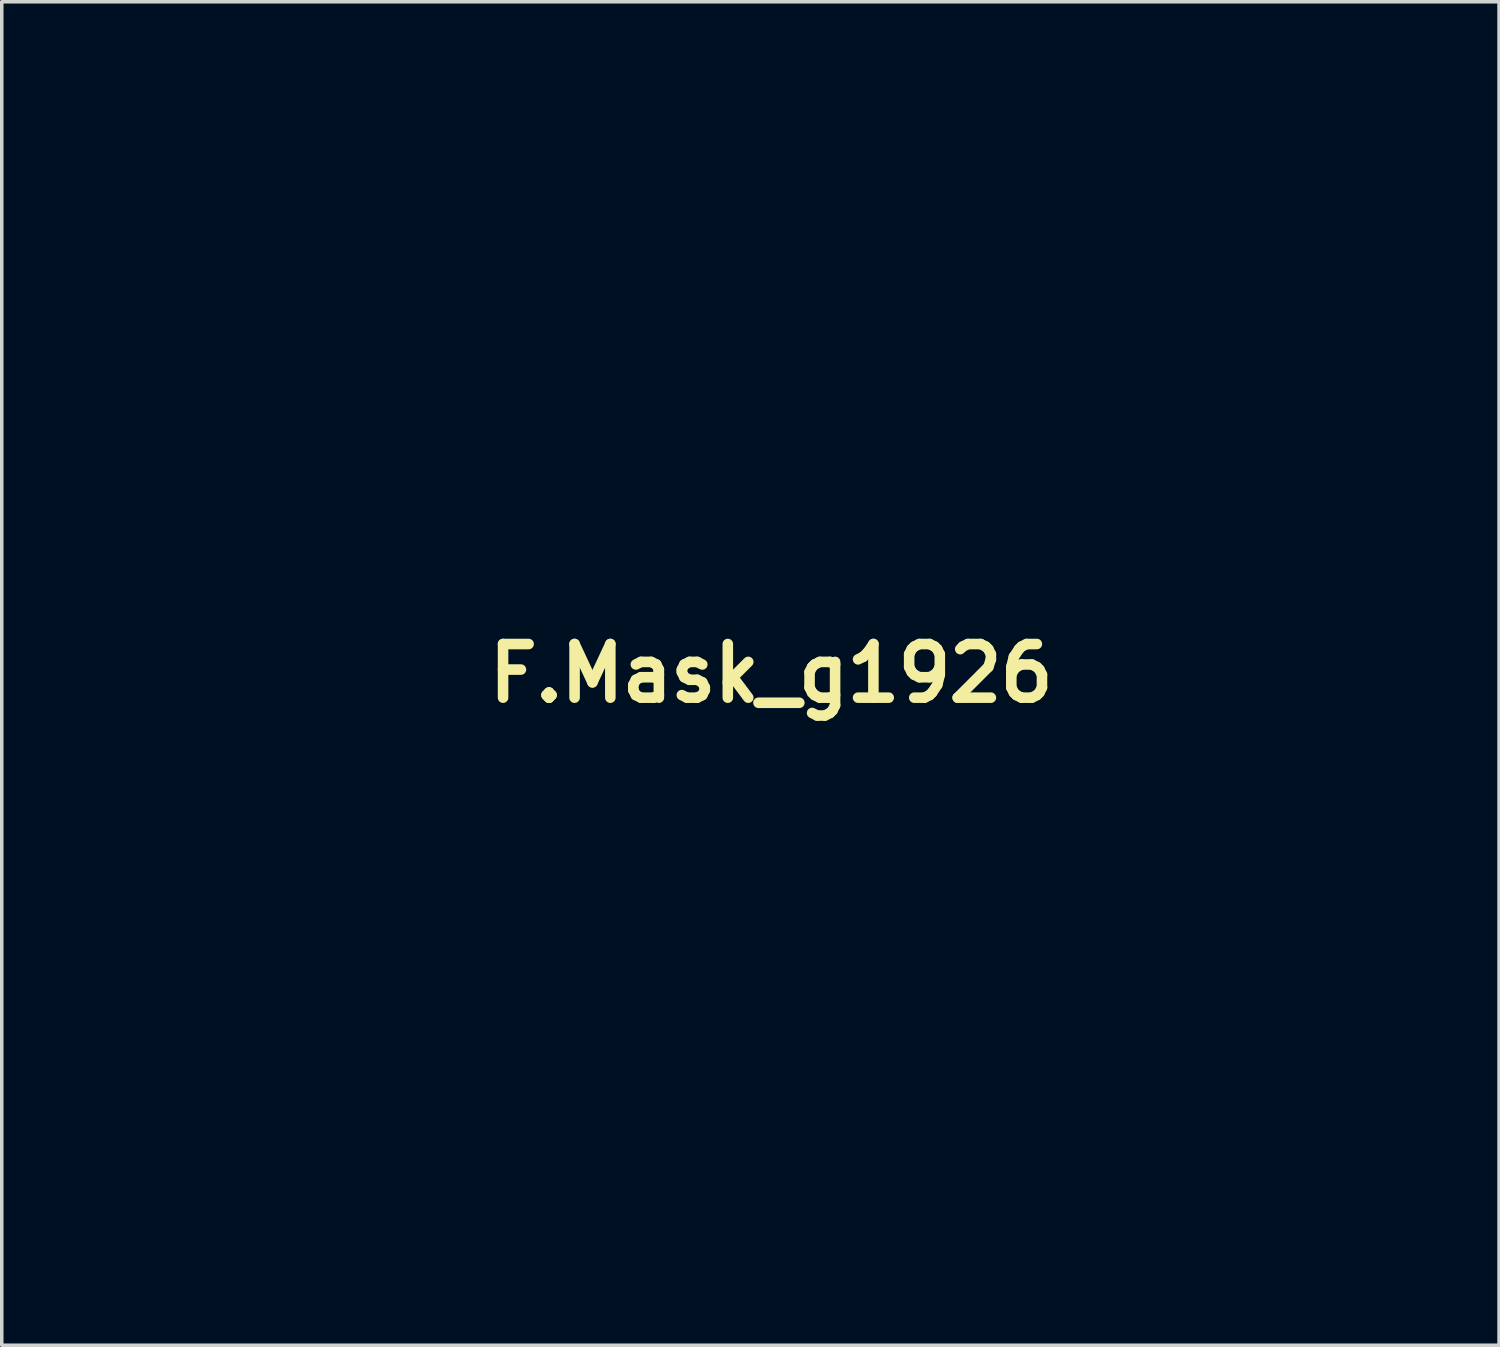
<source format=kicad_pcb>
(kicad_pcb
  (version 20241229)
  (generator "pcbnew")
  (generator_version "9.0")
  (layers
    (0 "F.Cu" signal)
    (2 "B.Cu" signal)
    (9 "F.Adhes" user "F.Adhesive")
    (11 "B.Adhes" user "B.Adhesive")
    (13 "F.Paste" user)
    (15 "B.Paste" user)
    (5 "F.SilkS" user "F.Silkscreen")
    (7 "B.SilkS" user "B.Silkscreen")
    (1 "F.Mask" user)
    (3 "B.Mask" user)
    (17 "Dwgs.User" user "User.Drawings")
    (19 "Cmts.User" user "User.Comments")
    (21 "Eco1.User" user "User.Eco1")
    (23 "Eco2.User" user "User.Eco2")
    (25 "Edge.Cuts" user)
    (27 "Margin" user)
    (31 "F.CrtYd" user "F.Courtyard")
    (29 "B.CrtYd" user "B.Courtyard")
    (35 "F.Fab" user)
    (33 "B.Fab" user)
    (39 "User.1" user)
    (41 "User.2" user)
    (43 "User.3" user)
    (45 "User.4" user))
  (footprint "F.Mask_g1926"
    (layer "F.Cu")
    (at 18.864 16.084)
    (property "Reference" "F.Mask_g1926" (at 0 0 0) (layer "F.SilkS") (effects (font (size 1.524 1.524) (thickness 0.3))))
    (attr through_hole)
    (fp_poly (pts (xy -5.207 4.995) (xy -5.969 4.995) (xy -5.969 4.233) (xy -5.207 4.233) (xy -5.207 4.995)) (stroke (width 0.01) (type solid)) (fill yes) (layer "F.Mask"))
    (fp_poly (pts (xy -5.207 6.011) (xy -5.969 6.011) (xy -5.969 5.249) (xy -5.207 5.249) (xy -5.207 6.011)) (stroke (width 0.01) (type solid)) (fill yes) (layer "F.Mask"))
    (fp_poly (pts (xy -5.207 6.985) (xy -5.969 6.985) (xy -5.969 6.223) (xy -5.207 6.223) (xy -5.207 6.985)) (stroke (width 0.01) (type solid)) (fill yes) (layer "F.Mask"))
    (fp_poly (pts (xy -5.207 7.959) (xy -5.969 7.959) (xy -5.969 7.239) (xy -5.207 7.239) (xy -5.207 7.959)) (stroke (width 0.01) (type solid)) (fill yes) (layer "F.Mask"))
    (fp_poly (pts (xy -3.218 -6.541) (xy -3.194 -6.492) (xy -3.163 -6.383) (xy -3.133 -6.244) (xy -3.101 -6.101) (xy -3.071 -5.994) (xy -3.048 -5.948) (xy -2.994 -5.951) (xy -2.885 -5.981) (xy -2.743 -6.029) (xy -2.73 -6.034) (xy -2.589 -6.085) (xy -2.484 -6.119) (xy -2.435 -6.13) (xy -2.434 -6.129) (xy -2.425 -6.084) (xy -2.41 -5.978) (xy -2.394 -5.837) (xy -2.365 -5.557) (xy -2.741 -5.509) (xy -2.968 -5.481) (xy -3.126 -5.467) (xy -3.228 -5.466) (xy -3.288 -5.48) (xy -3.32 -5.51) (xy -3.332 -5.535) (xy -3.36 -5.605) (xy -3.412 -5.732) (xy -3.479 -5.894) (xy -3.519 -5.99) (xy -3.678 -6.371) (xy -3.464 -6.466) (xy -3.341 -6.515) (xy -3.249 -6.541) (xy -3.218 -6.541)) (stroke (width 0.01) (type solid)) (fill yes) (layer "F.Mask"))
    (fp_poly (pts (xy -6.049 -6.67) (xy -5.6 -6.435) (xy -5.445 -5.853) (xy -5.389 -5.639) (xy -5.343 -5.453) (xy -5.309 -5.31) (xy -5.292 -5.227) (xy -5.291 -5.215) (xy -5.314 -5.166) (xy -5.378 -5.066) (xy -5.47 -4.929) (xy -5.581 -4.77) (xy -5.7 -4.604) (xy -5.816 -4.445) (xy -5.92 -4.308) (xy -6.001 -4.206) (xy -6.048 -4.156) (xy -6.054 -4.153) (xy -6.101 -4.163) (xy -6.213 -4.188) (xy -6.37 -4.224) (xy -6.498 -4.253) (xy -6.724 -4.305) (xy -6.963 -4.359) (xy -7.176 -4.407) (xy -7.244 -4.422) (xy -7.566 -4.493) (xy -8.117 -5.691) (xy -7.037 -5.691) (xy -6.948 -5.544) (xy -6.889 -5.461) (xy -6.819 -5.407) (xy -6.714 -5.371) (xy -6.549 -5.34) (xy -6.512 -5.371) (xy -6.465 -5.455) (xy -6.454 -5.481) (xy -6.409 -5.599) (xy -6.404 -5.671) (xy -6.447 -5.731) (xy -6.517 -5.789) (xy -6.638 -5.874) (xy -6.727 -5.902) (xy -6.811 -5.873) (xy -6.895 -5.81) (xy -7.037 -5.691) (xy -8.117 -5.691) (xy -8.219 -5.913) (xy -7.914 -6.344) (xy -7.792 -6.513) (xy -7.681 -6.657) (xy -7.594 -6.761) (xy -7.542 -6.811) (xy -7.541 -6.812) (xy -7.472 -6.829) (xy -7.34 -6.847) (xy -7.162 -6.864) (xy -6.985 -6.877) (xy -6.498 -6.906) (xy -6.049 -6.67)) (stroke (width 0.01) (type solid)) (fill yes) (layer "F.Mask"))
    (fp_poly (pts (xy 10.662 2.112) (xy 10.69 2.177) (xy 10.664 2.252) (xy 10.614 2.305) (xy 10.508 2.391) (xy 10.362 2.5) (xy 10.192 2.618) (xy 10.19 2.619) (xy 9.972 2.766) (xy 9.816 2.877) (xy 9.714 2.965) (xy 9.661 3.045) (xy 9.648 3.131) (xy 9.67 3.235) (xy 9.719 3.372) (xy 9.759 3.476) (xy 9.854 3.716) (xy 9.93 3.885) (xy 9.993 3.992) (xy 10.049 4.049) (xy 10.1 4.064) (xy 10.164 4.048) (xy 10.286 4.005) (xy 10.446 3.943) (xy 10.562 3.895) (xy 10.834 3.79) (xy 11.046 3.735) (xy 11.203 3.729) (xy 11.315 3.771) (xy 11.369 3.828) (xy 11.407 3.949) (xy 11.363 4.06) (xy 11.239 4.159) (xy 11.223 4.168) (xy 11.088 4.233) (xy 10.908 4.315) (xy 10.698 4.407) (xy 10.474 4.503) (xy 10.249 4.596) (xy 10.039 4.681) (xy 9.858 4.752) (xy 9.722 4.801) (xy 9.645 4.824) (xy 9.637 4.825) (xy 9.525 4.803) (xy 9.472 4.78) (xy 9.384 4.69) (xy 9.299 4.534) (xy 9.227 4.33) (xy 9.188 4.17) (xy 9.149 4.012) (xy 9.089 3.812) (xy 9.018 3.603) (xy 8.99 3.529) (xy 8.9 3.285) (xy 8.846 3.096) (xy 8.832 2.949) (xy 8.866 2.83) (xy 8.953 2.725) (xy 9.101 2.622) (xy 9.314 2.507) (xy 9.517 2.406) (xy 9.776 2.283) (xy 9.976 2.195) (xy 10.134 2.136) (xy 10.263 2.101) (xy 10.381 2.084) (xy 10.387 2.084) (xy 10.562 2.082) (xy 10.662 2.112)) (stroke (width 0.01) (type solid)) (fill yes) (layer "F.Mask"))
    (fp_poly (pts (xy -12.18 -9.628) (xy -12.081 -9.595) (xy -11.939 -9.538) (xy -11.771 -9.465) (xy -11.593 -9.383) (xy -11.421 -9.3) (xy -11.272 -9.223) (xy -11.162 -9.16) (xy -11.107 -9.118) (xy -11.105 -9.114) (xy -11.117 -9.062) (xy -11.165 -8.949) (xy -11.241 -8.786) (xy -11.341 -8.585) (xy -11.458 -8.36) (xy -11.47 -8.336) (xy -11.589 -8.112) (xy -11.691 -7.913) (xy -11.771 -7.753) (xy -11.823 -7.643) (xy -11.841 -7.594) (xy -11.841 -7.593) (xy -11.793 -7.589) (xy -11.688 -7.598) (xy -11.596 -7.609) (xy -11.368 -7.642) (xy -11.187 -8.15) (xy -11.115 -8.352) (xy -11.049 -8.532) (xy -10.997 -8.671) (xy -10.966 -8.751) (xy -10.965 -8.753) (xy -10.946 -8.79) (xy -10.921 -8.81) (xy -10.875 -8.807) (xy -10.797 -8.78) (xy -10.674 -8.723) (xy -10.493 -8.634) (xy -10.404 -8.589) (xy -10.214 -8.494) (xy -10.054 -8.413) (xy -9.937 -8.353) (xy -9.877 -8.322) (xy -9.873 -8.319) (xy -9.886 -8.279) (xy -9.932 -8.175) (xy -10.004 -8.018) (xy -10.098 -7.819) (xy -10.208 -7.59) (xy -10.236 -7.53) (xy -10.613 -6.752) (xy -11.06 -6.593) (xy -11.245 -6.53) (xy -11.403 -6.478) (xy -11.517 -6.446) (xy -11.564 -6.437) (xy -11.619 -6.456) (xy -11.736 -6.507) (xy -11.9 -6.584) (xy -12.096 -6.68) (xy -12.232 -6.748) (xy -12.843 -7.057) (xy -12.958 -7.47) (xy -13.072 -7.883) (xy -12.653 -8.736) (xy -12.532 -8.984) (xy -12.422 -9.208) (xy -12.332 -9.395) (xy -12.265 -9.535) (xy -12.227 -9.616) (xy -12.221 -9.63) (xy -12.18 -9.628)) (stroke (width 0.01) (type solid)) (fill yes) (layer "F.Mask"))
    (fp_poly (pts (xy -3.407 -0.396) (xy -3.21 -0.292) (xy -3.059 -0.138) (xy -2.963 0.052) (xy -2.929 0.264) (xy -2.964 0.485) (xy -3.06 0.679) (xy -3.212 0.834) (xy -3.407 0.934) (xy -3.622 0.974) (xy -3.834 0.949) (xy -3.969 0.889) (xy -4.063 0.826) (xy -4.098 0.772) (xy -4.077 0.698) (xy -4.021 0.601) (xy -3.962 0.513) (xy -3.918 0.488) (xy -3.861 0.515) (xy -3.842 0.527) (xy -3.705 0.581) (xy -3.56 0.572) (xy -3.429 0.512) (xy -3.335 0.411) (xy -3.302 0.287) (xy -3.339 0.146) (xy -3.436 0.021) (xy -3.541 -0.045) (xy -3.661 -0.061) (xy -3.779 -0.011) (xy -3.902 0.108) (xy -4.038 0.304) (xy -4.076 0.369) (xy -4.226 0.609) (xy -4.36 0.779) (xy -4.494 0.889) (xy -4.64 0.95) (xy -4.812 0.973) (xy -4.859 0.974) (xy -5.061 0.948) (xy -5.21 0.877) (xy -5.399 0.709) (xy -5.51 0.509) (xy -5.546 0.275) (xy -5.509 0.039) (xy -5.397 -0.161) (xy -5.21 -0.327) (xy -5.03 -0.403) (xy -4.819 -0.425) (xy -4.612 -0.39) (xy -4.497 -0.339) (xy -4.359 -0.254) (xy -4.447 -0.082) (xy -4.503 0.022) (xy -4.544 0.062) (xy -4.593 0.052) (xy -4.637 0.024) (xy -4.792 -0.036) (xy -4.946 -0.024) (xy -5.073 0.056) (xy -5.151 0.19) (xy -5.16 0.332) (xy -5.108 0.46) (xy -5.004 0.554) (xy -4.857 0.593) (xy -4.849 0.593) (xy -4.752 0.577) (xy -4.661 0.525) (xy -4.567 0.424) (xy -4.458 0.265) (xy -4.342 0.066) (xy -4.181 -0.174) (xy -4.008 -0.333) (xy -3.815 -0.418) (xy -3.645 -0.436) (xy -3.407 -0.396)) (stroke (width 0.01) (type solid)) (fill yes) (layer "F.Mask"))
    (fp_poly (pts (xy -3.327 -5.361) (xy -2.908 -5.144) (xy -2.766 -4.741) (xy -2.707 -4.566) (xy -2.662 -4.417) (xy -2.637 -4.315) (xy -2.635 -4.283) (xy -2.676 -4.243) (xy -2.773 -4.185) (xy -2.904 -4.119) (xy -3.045 -4.055) (xy -3.173 -4.006) (xy -3.266 -3.981) (xy -3.281 -3.979) (xy -3.331 -4.012) (xy -3.407 -4.098) (xy -3.478 -4.198) (xy -3.557 -4.32) (xy -3.619 -4.415) (xy -3.646 -4.456) (xy -3.702 -4.477) (xy -3.759 -4.469) (xy -3.791 -4.453) (xy -3.802 -4.424) (xy -3.789 -4.369) (xy -3.746 -4.277) (xy -3.669 -4.135) (xy -3.554 -3.933) (xy -3.553 -3.931) (xy -3.446 -3.744) (xy -3.357 -3.582) (xy -3.293 -3.46) (xy -3.262 -3.392) (xy -3.26 -3.385) (xy -3.292 -3.348) (xy -3.379 -3.277) (xy -3.503 -3.183) (xy -3.647 -3.079) (xy -3.794 -2.977) (xy -3.928 -2.887) (xy -4.032 -2.823) (xy -4.089 -2.796) (xy -4.091 -2.796) (xy -4.14 -2.815) (xy -4.25 -2.866) (xy -4.406 -2.941) (xy -4.594 -3.035) (xy -4.667 -3.072) (xy -5.206 -3.345) (xy -5.442 -3.815) (xy -5.531 -3.994) (xy -5.602 -4.144) (xy -5.649 -4.249) (xy -5.665 -4.296) (xy -5.665 -4.296) (xy -5.612 -4.333) (xy -5.514 -4.393) (xy -5.391 -4.467) (xy -5.264 -4.541) (xy -5.153 -4.603) (xy -5.079 -4.642) (xy -5.06 -4.648) (xy -5.033 -4.611) (xy -4.967 -4.52) (xy -4.876 -4.394) (xy -4.829 -4.329) (xy -4.703 -4.167) (xy -4.601 -4.062) (xy -4.528 -4.018) (xy -4.491 -4.039) (xy -4.487 -4.067) (xy -4.511 -4.117) (xy -4.574 -4.221) (xy -4.668 -4.363) (xy -4.783 -4.529) (xy -4.789 -4.538) (xy -4.906 -4.706) (xy -5.003 -4.854) (xy -5.069 -4.966) (xy -5.096 -5.025) (xy -5.096 -5.025) (xy -5.066 -5.063) (xy -4.968 -5.117) (xy -4.798 -5.191) (xy -4.553 -5.286) (xy -4.424 -5.333) (xy -3.747 -5.579) (xy -3.327 -5.361)) (stroke (width 0.01) (type solid)) (fill yes) (layer "F.Mask"))
    (fp_poly (pts (xy 13.017 0.917) (xy 13.03 0.925) (xy 13.061 0.973) (xy 13.115 1.088) (xy 13.188 1.254) (xy 13.273 1.458) (xy 13.365 1.685) (xy 13.459 1.923) (xy 13.548 2.156) (xy 13.628 2.372) (xy 13.694 2.556) (xy 13.738 2.694) (xy 13.757 2.772) (xy 13.758 2.777) (xy 13.728 2.875) (xy 13.684 2.933) (xy 13.613 2.981) (xy 13.479 3.054) (xy 13.299 3.147) (xy 13.085 3.253) (xy 12.851 3.365) (xy 12.611 3.477) (xy 12.379 3.583) (xy 12.168 3.675) (xy 11.993 3.748) (xy 11.867 3.795) (xy 11.807 3.81) (xy 11.702 3.785) (xy 11.628 3.697) (xy 11.623 3.688) (xy 11.553 3.536) (xy 11.47 3.332) (xy 11.382 3.094) (xy 11.291 2.836) (xy 11.205 2.575) (xy 11.129 2.327) (xy 11.066 2.108) (xy 11.024 1.935) (xy 11.021 1.913) (xy 11.672 1.913) (xy 11.679 1.993) (xy 11.712 2.114) (xy 11.773 2.292) (xy 11.814 2.399) (xy 11.902 2.632) (xy 11.968 2.798) (xy 12.021 2.908) (xy 12.068 2.971) (xy 12.119 3) (xy 12.182 3.005) (xy 12.268 2.997) (xy 12.296 2.994) (xy 12.468 2.959) (xy 12.654 2.897) (xy 12.739 2.859) (xy 12.861 2.79) (xy 12.95 2.726) (xy 12.979 2.693) (xy 12.972 2.635) (xy 12.937 2.515) (xy 12.881 2.348) (xy 12.807 2.15) (xy 12.776 2.07) (xy 12.681 1.836) (xy 12.608 1.672) (xy 12.551 1.567) (xy 12.505 1.509) (xy 12.466 1.491) (xy 12.377 1.503) (xy 12.241 1.548) (xy 12.082 1.615) (xy 11.924 1.693) (xy 11.789 1.771) (xy 11.702 1.838) (xy 11.686 1.859) (xy 11.672 1.913) (xy 11.021 1.913) (xy 11.007 1.822) (xy 11.007 1.816) (xy 11.019 1.744) (xy 11.06 1.675) (xy 11.14 1.604) (xy 11.265 1.526) (xy 11.446 1.434) (xy 11.689 1.325) (xy 12.003 1.192) (xy 12.009 1.19) (xy 12.309 1.069) (xy 12.542 0.981) (xy 12.719 0.925) (xy 12.851 0.898) (xy 12.946 0.896) (xy 13.017 0.917)) (stroke (width 0.01) (type solid)) (fill yes) (layer "F.Mask"))
    (fp_poly (pts (xy -9.695 -8.302) (xy -9.587 -8.269) (xy -9.431 -8.215) (xy -9.242 -8.146) (xy -9.036 -8.067) (xy -8.827 -7.985) (xy -8.631 -7.906) (xy -8.463 -7.834) (xy -8.337 -7.777) (xy -8.27 -7.74) (xy -8.269 -7.739) (xy -8.227 -7.686) (xy -8.156 -7.578) (xy -8.069 -7.434) (xy -8.023 -7.354) (xy -7.827 -7.008) (xy -7.963 -6.647) (xy -8.029 -6.482) (xy -8.089 -6.344) (xy -8.133 -6.256) (xy -8.146 -6.239) (xy -8.21 -6.199) (xy -8.325 -6.15) (xy -8.414 -6.119) (xy -8.536 -6.077) (xy -8.616 -6.043) (xy -8.636 -6.03) (xy -8.619 -5.987) (xy -8.575 -5.884) (xy -8.51 -5.741) (xy -8.467 -5.646) (xy -8.393 -5.484) (xy -8.336 -5.351) (xy -8.303 -5.264) (xy -8.297 -5.243) (xy -8.302 -5.227) (xy -8.325 -5.218) (xy -8.379 -5.215) (xy -8.479 -5.219) (xy -8.636 -5.229) (xy -8.855 -5.246) (xy -9.012 -5.26) (xy -9.134 -5.276) (xy -9.198 -5.291) (xy -9.202 -5.293) (xy -9.228 -5.338) (xy -9.282 -5.444) (xy -9.355 -5.594) (xy -9.433 -5.759) (xy -9.526 -5.947) (xy -9.599 -6.076) (xy -9.648 -6.139) (xy -9.666 -6.138) (xy -9.69 -6.064) (xy -9.728 -5.94) (xy -9.758 -5.835) (xy -9.825 -5.595) (xy -10.214 -5.78) (xy -10.378 -5.86) (xy -10.511 -5.931) (xy -10.594 -5.982) (xy -10.615 -6.001) (xy -10.603 -6.047) (xy -10.566 -6.161) (xy -10.506 -6.328) (xy -10.43 -6.538) (xy -10.341 -6.778) (xy -10.283 -6.933) (xy -9.319 -6.933) (xy -9.301 -6.892) (xy -9.277 -6.871) (xy -9.227 -6.834) (xy -9.19 -6.823) (xy -9.134 -6.842) (xy -9.04 -6.887) (xy -8.945 -6.938) (xy -8.894 -6.976) (xy -8.891 -6.982) (xy -8.917 -7.027) (xy -8.979 -7.11) (xy -9.011 -7.149) (xy -9.129 -7.292) (xy -9.238 -7.108) (xy -9.3 -6.997) (xy -9.319 -6.933) (xy -10.283 -6.933) (xy -10.244 -7.036) (xy -10.144 -7.299) (xy -10.046 -7.555) (xy -9.954 -7.793) (xy -9.872 -7.999) (xy -9.806 -8.162) (xy -9.76 -8.27) (xy -9.74 -8.308) (xy -9.695 -8.302)) (stroke (width 0.01) (type solid)) (fill yes) (layer "F.Mask"))
    (fp_poly (pts (xy 15.539 0.843) (xy 15.56 0.863) (xy 15.616 0.913) (xy 15.688 0.898) (xy 15.706 0.889) (xy 15.779 0.857) (xy 15.808 0.854) (xy 15.828 0.897) (xy 15.87 0.999) (xy 15.925 1.138) (xy 15.934 1.16) (xy 16 1.349) (xy 16.024 1.474) (xy 16.003 1.543) (xy 15.94 1.566) (xy 15.935 1.566) (xy 15.885 1.591) (xy 15.884 1.667) (xy 15.886 1.711) (xy 15.866 1.751) (xy 15.812 1.796) (xy 15.714 1.854) (xy 15.559 1.932) (xy 15.382 2.017) (xy 15.173 2.117) (xy 15.03 2.19) (xy 14.941 2.244) (xy 14.894 2.287) (xy 14.879 2.327) (xy 14.884 2.371) (xy 14.913 2.464) (xy 14.939 2.509) (xy 14.986 2.502) (xy 15.095 2.464) (xy 15.253 2.398) (xy 15.447 2.312) (xy 15.59 2.244) (xy 15.799 2.144) (xy 15.981 2.059) (xy 16.122 1.994) (xy 16.209 1.955) (xy 16.231 1.947) (xy 16.255 1.983) (xy 16.288 2.07) (xy 16.319 2.173) (xy 16.338 2.262) (xy 16.337 2.303) (xy 16.295 2.326) (xy 16.189 2.379) (xy 16.032 2.457) (xy 15.835 2.553) (xy 15.612 2.662) (xy 15.375 2.776) (xy 15.137 2.891) (xy 14.909 3.001) (xy 14.705 3.098) (xy 14.536 3.178) (xy 14.491 3.199) (xy 14.187 3.34) (xy 14.03 2.936) (xy 13.959 2.747) (xy 13.919 2.622) (xy 13.907 2.545) (xy 13.92 2.504) (xy 13.932 2.494) (xy 14.002 2.46) (xy 14.023 2.456) (xy 14.047 2.419) (xy 14.055 2.347) (xy 14.062 2.299) (xy 14.092 2.255) (xy 14.156 2.205) (xy 14.267 2.142) (xy 14.436 2.058) (xy 14.561 1.998) (xy 14.782 1.89) (xy 14.934 1.806) (xy 15.025 1.738) (xy 15.062 1.678) (xy 15.056 1.618) (xy 15.017 1.551) (xy 14.991 1.526) (xy 14.954 1.518) (xy 14.892 1.53) (xy 14.795 1.566) (xy 14.65 1.631) (xy 14.445 1.728) (xy 14.346 1.776) (xy 14.137 1.876) (xy 13.955 1.962) (xy 13.815 2.028) (xy 13.729 2.067) (xy 13.708 2.074) (xy 13.683 2.039) (xy 13.648 1.953) (xy 13.615 1.849) (xy 13.593 1.761) (xy 13.593 1.72) (xy 13.634 1.698) (xy 13.741 1.644) (xy 13.904 1.564) (xy 14.111 1.463) (xy 14.353 1.346) (xy 14.558 1.246) (xy 14.852 1.105) (xy 15.079 0.997) (xy 15.249 0.92) (xy 15.371 0.869) (xy 15.453 0.842) (xy 15.506 0.835) (xy 15.539 0.843)) (stroke (width 0.01) (type solid)) (fill yes) (layer "F.Mask"))
    (fp_poly (pts (xy 0.843 -16.079) (xy 0.981 -16.077) (xy 1.229 -16.071) (xy 1.407 -16.063) (xy 1.531 -16.051) (xy 1.617 -16.032) (xy 1.679 -16.005) (xy 1.72 -15.978) (xy 1.781 -15.929) (xy 1.835 -15.877) (xy 1.883 -15.813) (xy 1.928 -15.729) (xy 1.973 -15.617) (xy 2.02 -15.468) (xy 2.073 -15.275) (xy 2.134 -15.029) (xy 2.205 -14.722) (xy 2.29 -14.345) (xy 2.351 -14.074) (xy 2.471 -13.536) (xy 2.574 -13.074) (xy 2.662 -12.682) (xy 2.737 -12.354) (xy 2.799 -12.084) (xy 2.852 -11.865) (xy 2.895 -11.691) (xy 2.931 -11.557) (xy 2.962 -11.455) (xy 2.989 -11.379) (xy 3.013 -11.324) (xy 3.037 -11.283) (xy 3.061 -11.249) (xy 3.082 -11.224) (xy 3.125 -11.183) (xy 3.191 -11.138) (xy 3.287 -11.084) (xy 3.421 -11.018) (xy 3.601 -10.938) (xy 3.835 -10.838) (xy 4.13 -10.716) (xy 4.494 -10.568) (xy 4.614 -10.52) (xy 5.014 -10.36) (xy 5.344 -10.23) (xy 5.613 -10.128) (xy 5.829 -10.052) (xy 6 -9.999) (xy 6.134 -9.968) (xy 6.241 -9.956) (xy 6.328 -9.96) (xy 6.404 -9.98) (xy 6.477 -10.011) (xy 6.49 -10.017) (xy 6.552 -10.053) (xy 6.679 -10.128) (xy 6.863 -10.238) (xy 7.096 -10.379) (xy 7.371 -10.547) (xy 7.681 -10.735) (xy 8.018 -10.941) (xy 8.374 -11.159) (xy 8.424 -11.19) (xy 8.783 -11.409) (xy 9.123 -11.615) (xy 9.438 -11.803) (xy 9.721 -11.97) (xy 9.962 -12.111) (xy 10.156 -12.222) (xy 10.294 -12.297) (xy 10.368 -12.332) (xy 10.373 -12.334) (xy 10.52 -12.354) (xy 10.676 -12.348) (xy 10.691 -12.346) (xy 10.734 -12.335) (xy 10.783 -12.313) (xy 10.843 -12.274) (xy 10.919 -12.215) (xy 11.018 -12.129) (xy 11.144 -12.012) (xy 11.303 -11.858) (xy 11.501 -11.663) (xy 11.743 -11.421) (xy 12.034 -11.128) (xy 12.291 -10.868) (xy 12.657 -10.496) (xy 12.977 -10.167) (xy 13.248 -9.883) (xy 13.469 -9.646) (xy 13.637 -9.46) (xy 13.749 -9.328) (xy 13.803 -9.251) (xy 13.803 -9.25) (xy 13.873 -9.042) (xy 13.871 -8.848) (xy 13.824 -8.697) (xy 13.788 -8.632) (xy 13.71 -8.505) (xy 13.596 -8.322) (xy 13.449 -8.093) (xy 13.275 -7.824) (xy 13.079 -7.523) (xy 12.866 -7.199) (xy 12.679 -6.916) (xy 12.457 -6.579) (xy 12.246 -6.261) (xy 12.054 -5.968) (xy 11.884 -5.708) (xy 11.743 -5.49) (xy 11.633 -5.321) (xy 11.562 -5.208) (xy 11.535 -5.162) (xy 11.502 -5.093) (xy 11.482 -5.023) (xy 11.475 -4.945) (xy 11.485 -4.851) (xy 11.514 -4.733) (xy 11.565 -4.583) (xy 11.64 -4.393) (xy 11.742 -4.156) (xy 11.873 -3.863) (xy 12.037 -3.508) (xy 12.169 -3.223) (xy 12.325 -2.889) (xy 12.473 -2.576) (xy 12.608 -2.294) (xy 12.725 -2.052) (xy 12.821 -1.859) (xy 12.891 -1.723) (xy 12.931 -1.653) (xy 12.936 -1.648) (xy 12.972 -1.614) (xy 13.02 -1.581) (xy 13.087 -1.549) (xy 13.181 -1.514) (xy 13.308 -1.475) (xy 13.474 -1.431) (xy 13.688 -1.379) (xy 13.955 -1.319) (xy 14.282 -1.247) (xy 14.677 -1.162) (xy 15.146 -1.063) (xy 15.282 -1.034) (xy 15.679 -0.95) (xy 16.054 -0.868) (xy 16.399 -0.792) (xy 16.704 -0.724) (xy 16.96 -0.664) (xy 17.16 -0.616) (xy 17.293 -0.581) (xy 17.347 -0.563) (xy 17.468 -0.481) (xy 17.575 -0.372) (xy 17.58 -0.365) (xy 17.674 -0.233) (xy 17.674 3.922) (xy 17.562 4.092) (xy 17.462 4.212) (xy 17.346 4.307) (xy 17.308 4.329) (xy 17.238 4.351) (xy 17.094 4.387) (xy 16.885 4.435) (xy 16.62 4.494) (xy 16.308 4.561) (xy 15.958 4.634) (xy 15.579 4.711) (xy 15.256 4.776) (xy 14.86 4.856) (xy 14.487 4.933) (xy 14.145 5.005) (xy 13.842 5.071) (xy 13.588 5.128) (xy 13.392 5.174) (xy 13.263 5.208) (xy 13.214 5.225) (xy 13.1 5.305) (xy 13.012 5.399) (xy 12.982 5.46) (xy 12.925 5.589) (xy 12.844 5.776) (xy 12.745 6.011) (xy 12.631 6.282) (xy 12.507 6.581) (xy 12.377 6.895) (xy 12.246 7.216) (xy 12.116 7.533) (xy 11.994 7.835) (xy 11.883 8.112) (xy 11.787 8.354) (xy 11.71 8.55) (xy 11.657 8.69) (xy 11.634 8.758) (xy 11.612 8.906) (xy 11.62 9.048) (xy 11.651 9.121) (xy 11.728 9.259) (xy 11.849 9.458) (xy 12.012 9.716) (xy 12.213 10.027) (xy 12.451 10.389) (xy 12.723 10.796) (xy 12.746 10.831) (xy 13.034 11.262) (xy 13.276 11.627) (xy 13.473 11.931) (xy 13.628 12.176) (xy 13.743 12.366) (xy 13.821 12.505) (xy 13.862 12.596) (xy 13.871 12.626) (xy 13.882 12.707) (xy 13.883 12.783) (xy 13.87 12.859) (xy 13.839 12.942) (xy 13.784 13.036) (xy 13.701 13.149) (xy 13.586 13.284) (xy 13.434 13.45) (xy 13.241 13.65) (xy 13 13.89) (xy 12.709 14.178) (xy 12.363 14.517) (xy 12.305 14.573) (xy 11.954 14.916) (xy 11.658 15.204) (xy 11.409 15.441) (xy 11.204 15.633) (xy 11.035 15.784) (xy 10.896 15.898) (xy 10.783 15.981) (xy 10.688 16.036) (xy 10.607 16.069) (xy 10.532 16.083) (xy 10.459 16.084) (xy 10.381 16.076) (xy 10.373 16.075) (xy 10.302 16.052) (xy 10.178 15.992) (xy 10 15.895) (xy 9.764 15.759) (xy 9.467 15.581) (xy 9.105 15.36) (xy 8.677 15.095) (xy 8.583 15.036) (xy 8.243 14.825) (xy 7.921 14.625) (xy 7.625 14.442) (xy 7.364 14.28) (xy 7.144 14.146) (xy 6.975 14.043) (xy 6.863 13.976) (xy 6.822 13.952) (xy 6.701 13.903) (xy 6.575 13.886) (xy 6.43 13.904) (xy 6.252 13.959) (xy 6.026 14.054) (xy 5.84 14.142) (xy 5.625 14.246) (xy 5.466 14.316) (xy 5.348 14.36) (xy 5.252 14.381) (xy 5.161 14.387) (xy 5.077 14.383) (xy 4.934 14.366) (xy 4.814 14.328) (xy 4.704 14.258) (xy 4.593 14.147) (xy 4.468 13.984) (xy 4.317 13.759) (xy 4.282 13.706) (xy 4.159 13.516) (xy 4.044 13.341) (xy 3.948 13.2) (xy 3.883 13.11) (xy 3.877 13.102) (xy 3.782 12.983) (xy 3.383 13.096) (xy 2.291 13.361) (xy 1.189 13.542) (xy 0.076 13.64) (xy -1.046 13.653) (xy -2.179 13.582) (xy -3.321 13.427) (xy -4.473 13.188) (xy -4.551 13.169) (xy -4.742 13.119) (xy -4.883 13.086) (xy -4.986 13.076) (xy -5.067 13.098) (xy -5.14 13.158) (xy -5.217 13.265) (xy -5.315 13.426) (xy -5.447 13.649) (xy -5.449 13.652) (xy -5.594 13.891) (xy -5.709 14.068) (xy -5.802 14.194) (xy -5.884 14.281) (xy -5.963 14.343) (xy -6.02 14.376) (xy -6.147 14.425) (xy -6.289 14.44) (xy -6.457 14.418) (xy -6.665 14.358) (xy -6.924 14.257) (xy -7.107 14.177) (xy -7.374 14.06) (xy -7.578 13.977) (xy -7.734 13.924) (xy -7.854 13.9) (xy -7.951 13.899) (xy -8.04 13.92) (xy -8.088 13.938) (xy -8.153 13.974) (xy -8.282 14.051) (xy -8.465 14.164) (xy -8.694 14.309) (xy -8.962 14.479) (xy -9.26 14.67) (xy -9.58 14.877) (xy -9.775 15.004) (xy -10.102 15.217) (xy -10.41 15.416) (xy -10.691 15.597) (xy -10.938 15.754) (xy -11.142 15.882) (xy -11.296 15.978) (xy -11.392 16.034) (xy -11.418 16.048) (xy -11.615 16.083) (xy -11.829 16.057) (xy -11.929 16.023) (xy -11.988 15.981) (xy -12.099 15.886) (xy -12.255 15.745) (xy -12.449 15.566) (xy -12.671 15.355) (xy -12.917 15.121) (xy -13.177 14.871) (xy -13.444 14.611) (xy -13.711 14.349) (xy -13.97 14.093) (xy -14.215 13.849) (xy -14.437 13.626) (xy -14.629 13.429) (xy -14.784 13.267) (xy -14.893 13.146) (xy -14.951 13.075) (xy -14.954 13.069) (xy -15.004 12.923) (xy -15.026 12.743) (xy -15.018 12.567) (xy -14.979 12.433) (xy -14.945 12.379) (xy -14.869 12.262) (xy -14.756 12.092) (xy -14.611 11.874) (xy -14.44 11.618) (xy -14.247 11.33) (xy -14.037 11.02) (xy -13.923 10.85) (xy -13.706 10.529) (xy -13.503 10.226) (xy -13.317 9.948) (xy -13.155 9.704) (xy -13.022 9.502) (xy -12.923 9.35) (xy -12.864 9.256) (xy -12.851 9.233) (xy -12.819 9.166) (xy -12.798 9.098) (xy -12.79 9.02) (xy -12.797 8.926) (xy -12.82 8.808) (xy -12.863 8.659) (xy -12.926 8.47) (xy -13.014 8.234) (xy -13.127 7.944) (xy -13.268 7.591) (xy -13.439 7.17) (xy -13.462 7.112) (xy -13.608 6.755) (xy -13.747 6.42) (xy -13.875 6.117) (xy -13.988 5.853) (xy -14.082 5.637) (xy -14.154 5.478) (xy -14.201 5.384) (xy -14.213 5.365) (xy -14.305 5.286) (xy -14.414 5.217) (xy -14.481 5.195) (xy -14.621 5.158) (xy -14.827 5.108) (xy -15.09 5.046) (xy -15.4 4.976) (xy -15.75 4.898) (xy -16.129 4.816) (xy -16.51 4.734) (xy -17.048 4.619) (xy -17.507 4.518) (xy -17.886 4.432) (xy -18.184 4.361) (xy -18.4 4.304) (xy -18.535 4.263) (xy -18.582 4.241) (xy -18.683 4.15) (xy -18.772 4.048) (xy -18.792 4.019) (xy -18.809 3.986) (xy -18.822 3.94) (xy -18.833 3.876) (xy -18.842 3.784) (xy -18.848 3.659) (xy -18.853 3.492) (xy -18.856 3.276) (xy -18.858 3.003) (xy -18.859 2.667) (xy -18.859 2.26) (xy -18.86 1.863) (xy -18.859 1.391) (xy -18.859 0.996) (xy -18.858 0.672) (xy -18.856 0.41) (xy -18.852 0.202) (xy -18.848 0.043) (xy -18.845 0.005) (xy -18.457 0.005) (xy -18.457 1.86) (xy -18.457 2.308) (xy -18.456 2.678) (xy -18.455 2.979) (xy -18.452 3.219) (xy -18.447 3.405) (xy -18.441 3.544) (xy -18.433 3.645) (xy -18.422 3.716) (xy -18.408 3.763) (xy -18.392 3.795) (xy -18.383 3.808) (xy -18.356 3.832) (xy -18.307 3.857) (xy -18.231 3.885) (xy -18.12 3.919) (xy -17.967 3.959) (xy -17.766 4.007) (xy -17.509 4.065) (xy -17.19 4.136) (xy -16.802 4.219) (xy -16.338 4.318) (xy -16.329 4.32) (xy -15.927 4.406) (xy -15.548 4.489) (xy -15.2 4.566) (xy -14.891 4.636) (xy -14.631 4.697) (xy -14.428 4.746) (xy -14.29 4.782) (xy -14.228 4.803) (xy -13.981 4.974) (xy -13.791 5.197) (xy -13.74 5.287) (xy -13.703 5.368) (xy -13.638 5.519) (xy -13.549 5.729) (xy -13.44 5.988) (xy -13.315 6.287) (xy -13.179 6.616) (xy -13.036 6.966) (xy -12.993 7.07) (xy -12.832 7.466) (xy -12.699 7.792) (xy -12.593 8.057) (xy -12.511 8.269) (xy -12.449 8.436) (xy -12.405 8.568) (xy -12.375 8.673) (xy -12.357 8.759) (xy -12.348 8.834) (xy -12.345 8.908) (xy -12.345 8.954) (xy -12.36 9.191) (xy -12.407 9.365) (xy -12.423 9.398) (xy -12.454 9.451) (xy -12.507 9.537) (xy -12.587 9.661) (xy -12.696 9.827) (xy -12.836 10.037) (xy -13.009 10.297) (xy -13.219 10.609) (xy -13.467 10.978) (xy -13.757 11.408) (xy -14.091 11.902) (xy -14.253 12.141) (xy -14.378 12.331) (xy -14.483 12.502) (xy -14.56 12.64) (xy -14.601 12.73) (xy -14.605 12.75) (xy -14.578 12.8) (xy -14.496 12.901) (xy -14.359 13.053) (xy -14.164 13.257) (xy -13.911 13.515) (xy -13.598 13.828) (xy -13.225 14.197) (xy -13.224 14.198) (xy -12.938 14.478) (xy -12.669 14.741) (xy -12.422 14.981) (xy -12.204 15.19) (xy -12.022 15.364) (xy -11.881 15.495) (xy -11.789 15.578) (xy -11.755 15.606) (xy -11.633 15.632) (xy -11.576 15.62) (xy -11.522 15.59) (xy -11.405 15.519) (xy -11.233 15.411) (xy -11.014 15.271) (xy -10.754 15.105) (xy -10.463 14.917) (xy -10.147 14.712) (xy -9.944 14.58) (xy -9.614 14.365) (xy -9.3 14.164) (xy -9.011 13.981) (xy -8.755 13.82) (xy -8.54 13.688) (xy -8.375 13.589) (xy -8.267 13.529) (xy -8.234 13.514) (xy -8.061 13.47) (xy -7.878 13.462) (xy -7.672 13.492) (xy -7.429 13.563) (xy -7.135 13.677) (xy -6.969 13.75) (xy -6.758 13.841) (xy -6.57 13.919) (xy -6.421 13.977) (xy -6.326 14.008) (xy -6.304 14.012) (xy -6.257 14) (xy -6.201 13.957) (xy -6.131 13.876) (xy -6.04 13.747) (xy -5.922 13.562) (xy -5.769 13.312) (xy -5.757 13.293) (xy -5.594 13.033) (xy -5.455 12.844) (xy -5.335 12.717) (xy -5.224 12.643) (xy -5.116 12.616) (xy -5.095 12.615) (xy -5.007 12.625) (xy -4.856 12.652) (xy -4.66 12.692) (xy -4.438 12.742) (xy -4.355 12.762) (xy -3.491 12.949) (xy -2.663 13.082) (xy -1.84 13.164) (xy -0.996 13.199) (xy -0.285 13.195) (xy 0.422 13.166) (xy 1.074 13.11) (xy 1.698 13.024) (xy 2.321 12.904) (xy 2.969 12.746) (xy 3.365 12.636) (xy 3.583 12.575) (xy 3.772 12.527) (xy 3.917 12.495) (xy 4.003 12.482) (xy 4.021 12.485) (xy 4.05 12.529) (xy 4.118 12.633) (xy 4.217 12.784) (xy 4.341 12.973) (xy 4.482 13.188) (xy 4.505 13.224) (xy 4.693 13.504) (xy 4.845 13.718) (xy 4.961 13.865) (xy 5.038 13.942) (xy 5.058 13.952) (xy 5.14 13.943) (xy 5.289 13.895) (xy 5.496 13.809) (xy 5.654 13.737) (xy 5.863 13.642) (xy 6.065 13.559) (xy 6.238 13.496) (xy 6.358 13.461) (xy 6.362 13.46) (xy 6.456 13.444) (xy 6.545 13.437) (xy 6.635 13.441) (xy 6.733 13.461) (xy 6.848 13.499) (xy 6.984 13.559) (xy 7.15 13.643) (xy 7.353 13.757) (xy 7.599 13.902) (xy 7.896 14.082) (xy 8.249 14.301) (xy 8.667 14.562) (xy 8.683 14.572) (xy 9.049 14.799) (xy 9.388 15.007) (xy 9.693 15.191) (xy 9.958 15.349) (xy 10.176 15.475) (xy 10.341 15.567) (xy 10.446 15.62) (xy 10.481 15.632) (xy 10.523 15.615) (xy 10.597 15.563) (xy 10.708 15.471) (xy 10.858 15.338) (xy 11.052 15.158) (xy 11.293 14.929) (xy 11.586 14.647) (xy 11.933 14.309) (xy 12 14.244) (xy 12.341 13.91) (xy 12.625 13.629) (xy 12.857 13.397) (xy 13.042 13.209) (xy 13.184 13.06) (xy 13.289 12.945) (xy 13.359 12.859) (xy 13.401 12.798) (xy 13.418 12.755) (xy 13.42 12.744) (xy 13.398 12.68) (xy 13.332 12.556) (xy 13.221 12.371) (xy 13.064 12.123) (xy 12.86 11.809) (xy 12.608 11.43) (xy 12.378 11.089) (xy 12.157 10.76) (xy 11.948 10.448) (xy 11.757 10.159) (xy 11.589 9.904) (xy 11.449 9.689) (xy 11.344 9.522) (xy 11.277 9.413) (xy 11.257 9.377) (xy 11.197 9.175) (xy 11.177 8.939) (xy 11.178 8.87) (xy 11.185 8.799) (xy 11.2 8.718) (xy 11.226 8.62) (xy 11.266 8.496) (xy 11.322 8.339) (xy 11.398 8.139) (xy 11.495 7.891) (xy 11.618 7.584) (xy 11.768 7.212) (xy 11.872 6.956) (xy 12.022 6.591) (xy 12.165 6.246) (xy 12.299 5.93) (xy 12.419 5.651) (xy 12.521 5.419) (xy 12.602 5.243) (xy 12.658 5.131) (xy 12.678 5.099) (xy 12.734 5.029) (xy 12.792 4.968) (xy 12.859 4.914) (xy 12.943 4.864) (xy 13.05 4.816) (xy 13.19 4.769) (xy 13.368 4.719) (xy 13.592 4.664) (xy 13.87 4.603) (xy 14.208 4.532) (xy 14.615 4.451) (xy 15.097 4.355) (xy 15.117 4.351) (xy 15.628 4.25) (xy 16.058 4.162) (xy 16.412 4.088) (xy 16.693 4.026) (xy 16.903 3.975) (xy 17.047 3.936) (xy 17.127 3.906) (xy 17.145 3.895) (xy 17.165 3.867) (xy 17.181 3.82) (xy 17.195 3.747) (xy 17.206 3.638) (xy 17.215 3.483) (xy 17.224 3.276) (xy 17.231 3.006) (xy 17.239 2.664) (xy 17.244 2.452) (xy 17.254 1.93) (xy 17.263 1.486) (xy 17.268 1.113) (xy 17.272 0.806) (xy 17.273 0.556) (xy 17.271 0.358) (xy 17.266 0.204) (xy 17.258 0.089) (xy 17.246 0.005) (xy 17.232 -0.053) (xy 17.214 -0.094) (xy 17.192 -0.123) (xy 17.187 -0.127) (xy 17.114 -0.189) (xy 17.067 -0.212) (xy 17.02 -0.22) (xy 16.898 -0.245) (xy 16.71 -0.283) (xy 16.463 -0.334) (xy 16.166 -0.396) (xy 15.827 -0.467) (xy 15.454 -0.546) (xy 15.055 -0.63) (xy 15.026 -0.636) (xy 14.536 -0.74) (xy 14.122 -0.83) (xy 13.776 -0.906) (xy 13.492 -0.973) (xy 13.262 -1.031) (xy 13.078 -1.084) (xy 12.934 -1.133) (xy 12.823 -1.181) (xy 12.737 -1.23) (xy 12.669 -1.282) (xy 12.612 -1.34) (xy 12.559 -1.405) (xy 12.553 -1.413) (xy 12.503 -1.494) (xy 12.425 -1.642) (xy 12.323 -1.845) (xy 12.203 -2.093) (xy 12.069 -2.375) (xy 11.926 -2.681) (xy 11.779 -3) (xy 11.633 -3.32) (xy 11.493 -3.632) (xy 11.364 -3.925) (xy 11.25 -4.187) (xy 11.157 -4.409) (xy 11.09 -4.579) (xy 11.052 -4.687) (xy 11.048 -4.705) (xy 11.032 -4.8) (xy 11.023 -4.887) (xy 11.025 -4.975) (xy 11.042 -5.069) (xy 11.077 -5.176) (xy 11.133 -5.304) (xy 11.214 -5.457) (xy 11.323 -5.645) (xy 11.463 -5.872) (xy 11.638 -6.146) (xy 11.852 -6.473) (xy 12.107 -6.861) (xy 12.262 -7.095) (xy 12.534 -7.508) (xy 12.762 -7.857) (xy 12.95 -8.146) (xy 13.1 -8.382) (xy 13.217 -8.57) (xy 13.303 -8.716) (xy 13.361 -8.825) (xy 13.396 -8.903) (xy 13.411 -8.955) (xy 13.412 -8.975) (xy 13.395 -9.019) (xy 13.351 -9.086) (xy 13.274 -9.183) (xy 13.16 -9.314) (xy 13.005 -9.483) (xy 12.806 -9.695) (xy 12.556 -9.955) (xy 12.253 -10.267) (xy 12.068 -10.458) (xy 11.79 -10.741) (xy 11.527 -11.008) (xy 11.286 -11.251) (xy 11.074 -11.463) (xy 10.897 -11.639) (xy 10.761 -11.772) (xy 10.672 -11.856) (xy 10.642 -11.882) (xy 10.55 -11.921) (xy 10.46 -11.899) (xy 10.449 -11.893) (xy 10.394 -11.861) (xy 10.274 -11.789) (xy 10.097 -11.682) (xy 9.87 -11.545) (xy 9.601 -11.381) (xy 9.296 -11.195) (xy 8.963 -10.992) (xy 8.611 -10.776) (xy 8.572 -10.753) (xy 8.216 -10.535) (xy 7.877 -10.328) (xy 7.564 -10.138) (xy 7.284 -9.968) (xy 7.045 -9.824) (xy 6.854 -9.709) (xy 6.72 -9.63) (xy 6.649 -9.589) (xy 6.646 -9.588) (xy 6.469 -9.53) (xy 6.231 -9.507) (xy 6.223 -9.507) (xy 6.143 -9.508) (xy 6.065 -9.515) (xy 5.978 -9.53) (xy 5.872 -9.558) (xy 5.739 -9.601) (xy 5.568 -9.662) (xy 5.351 -9.745) (xy 5.076 -9.853) (xy 4.735 -9.989) (xy 4.636 -10.029) (xy 4.309 -10.16) (xy 3.998 -10.287) (xy 3.713 -10.404) (xy 3.465 -10.507) (xy 3.267 -10.591) (xy 3.129 -10.652) (xy 3.082 -10.674) (xy 2.838 -10.835) (xy 2.657 -11.046) (xy 2.564 -11.225) (xy 2.543 -11.296) (xy 2.505 -11.441) (xy 2.453 -11.651) (xy 2.389 -11.917) (xy 2.316 -12.231) (xy 2.234 -12.584) (xy 2.147 -12.967) (xy 2.056 -13.371) (xy 2.053 -13.382) (xy 1.964 -13.783) (xy 1.879 -14.161) (xy 1.801 -14.507) (xy 1.732 -14.812) (xy 1.674 -15.069) (xy 1.628 -15.268) (xy 1.597 -15.402) (xy 1.583 -15.462) (xy 1.583 -15.463) (xy 1.568 -15.507) (xy 1.547 -15.543) (xy 1.513 -15.573) (xy 1.46 -15.597) (xy 1.379 -15.614) (xy 1.264 -15.627) (xy 1.108 -15.635) (xy 0.904 -15.639) (xy 0.644 -15.64) (xy 0.322 -15.637) (xy -0.07 -15.632) (xy -0.538 -15.625) (xy -0.614 -15.624) (xy -1.018 -15.617) (xy -1.398 -15.609) (xy -1.745 -15.601) (xy -2.05 -15.592) (xy -2.304 -15.584) (xy -2.499 -15.575) (xy -2.626 -15.568) (xy -2.676 -15.561) (xy -2.698 -15.549) (xy -2.719 -15.532) (xy -2.74 -15.501) (xy -2.762 -15.451) (xy -2.788 -15.375) (xy -2.818 -15.267) (xy -2.855 -15.119) (xy -2.901 -14.925) (xy -2.956 -14.679) (xy -3.023 -14.374) (xy -3.104 -14.003) (xy -3.199 -13.559) (xy -3.261 -13.275) (xy -3.348 -12.872) (xy -3.433 -12.49) (xy -3.513 -12.138) (xy -3.586 -11.825) (xy -3.65 -11.559) (xy -3.703 -11.35) (xy -3.743 -11.206) (xy -3.767 -11.137) (xy -3.892 -10.955) (xy -4.065 -10.784) (xy -4.251 -10.658) (xy -4.255 -10.656) (xy -4.324 -10.625) (xy -4.462 -10.567) (xy -4.657 -10.486) (xy -4.901 -10.386) (xy -5.182 -10.271) (xy -5.491 -10.146) (xy -5.716 -10.056) (xy -6.117 -9.895) (xy -6.45 -9.766) (xy -6.723 -9.664) (xy -6.944 -9.589) (xy -7.123 -9.537) (xy -7.269 -9.506) (xy -7.39 -9.494) (xy -7.496 -9.499) (xy -7.595 -9.517) (xy -7.662 -9.536) (xy -7.735 -9.57) (xy -7.871 -9.645) (xy -8.064 -9.756) (xy -8.305 -9.899) (xy -8.587 -10.069) (xy -8.903 -10.261) (xy -9.244 -10.472) (xy -9.604 -10.696) (xy -9.694 -10.753) (xy -10.054 -10.978) (xy -10.393 -11.19) (xy -10.706 -11.383) (xy -10.986 -11.554) (xy -11.224 -11.698) (xy -11.415 -11.811) (xy -11.55 -11.889) (xy -11.623 -11.927) (xy -11.632 -11.93) (xy -11.667 -11.925) (xy -11.721 -11.898) (xy -11.798 -11.842) (xy -11.904 -11.753) (xy -12.045 -11.625) (xy -12.227 -11.453) (xy -12.456 -11.232) (xy -12.737 -10.957) (xy -12.796 -10.9) (xy -13.173 -10.53) (xy -13.494 -10.215) (xy -13.763 -9.95) (xy -13.985 -9.73) (xy -14.165 -9.551) (xy -14.306 -9.408) (xy -14.414 -9.296) (xy -14.492 -9.211) (xy -14.546 -9.147) (xy -14.579 -9.102) (xy -14.596 -9.068) (xy -14.601 -9.043) (xy -14.599 -9.021) (xy -14.597 -9.006) (xy -14.57 -8.952) (xy -14.5 -8.835) (xy -14.392 -8.664) (xy -14.25 -8.444) (xy -14.08 -8.185) (xy -13.887 -7.892) (xy -13.674 -7.574) (xy -13.476 -7.28) (xy -13.249 -6.944) (xy -13.034 -6.625) (xy -12.838 -6.331) (xy -12.664 -6.069) (xy -12.518 -5.849) (xy -12.405 -5.676) (xy -12.33 -5.559) (xy -12.3 -5.509) (xy -12.224 -5.284) (xy -12.201 -5.027) (xy -12.233 -4.774) (xy -12.251 -4.713) (xy -12.289 -4.607) (xy -12.354 -4.44) (xy -12.44 -4.223) (xy -12.544 -3.965) (xy -12.66 -3.679) (xy -12.785 -3.374) (xy -12.914 -3.061) (xy -13.043 -2.751) (xy -13.167 -2.455) (xy -13.281 -2.183) (xy -13.382 -1.946) (xy -13.465 -1.755) (xy -13.526 -1.62) (xy -13.56 -1.552) (xy -13.561 -1.55) (xy -13.636 -1.465) (xy -13.751 -1.365) (xy -13.825 -1.31) (xy -13.875 -1.279) (xy -13.936 -1.248) (xy -14.015 -1.216) (xy -14.119 -1.181) (xy -14.254 -1.141) (xy -14.43 -1.094) (xy -14.652 -1.038) (xy -14.927 -0.972) (xy -15.264 -0.893) (xy -15.669 -0.799) (xy -16.143 -0.69) (xy -16.623 -0.58) (xy -17.027 -0.486) (xy -17.361 -0.407) (xy -17.634 -0.342) (xy -17.851 -0.287) (xy -18.019 -0.242) (xy -18.145 -0.204) (xy -18.237 -0.172) (xy -18.299 -0.144) (xy -18.341 -0.119) (xy -18.362 -0.099) (xy -18.457 0.005) (xy -18.845 0.005) (xy -18.841 -0.076) (xy -18.832 -0.163) (xy -18.82 -0.224) (xy -18.806 -0.267) (xy -18.789 -0.299) (xy -18.771 -0.325) (xy -18.727 -0.381) (xy -18.679 -0.431) (xy -18.621 -0.477) (xy -18.545 -0.521) (xy -18.444 -0.565) (xy -18.311 -0.611) (xy -18.14 -0.663) (xy -17.922 -0.721) (xy -17.652 -0.788) (xy -17.322 -0.867) (xy -16.925 -0.96) (xy -16.453 -1.068) (xy -16.339 -1.094) (xy -15.835 -1.211) (xy -15.386 -1.317) (xy -14.997 -1.411) (xy -14.673 -1.493) (xy -14.416 -1.56) (xy -14.233 -1.613) (xy -14.126 -1.65) (xy -14.106 -1.659) (xy -14.062 -1.688) (xy -14.022 -1.719) (xy -13.983 -1.762) (xy -13.941 -1.822) (xy -13.893 -1.908) (xy -13.835 -2.026) (xy -13.763 -2.184) (xy -13.675 -2.39) (xy -13.566 -2.651) (xy -13.432 -2.974) (xy -13.271 -3.366) (xy -13.233 -3.458) (xy -13.07 -3.858) (xy -12.938 -4.188) (xy -12.834 -4.456) (xy -12.757 -4.672) (xy -12.704 -4.844) (xy -12.672 -4.979) (xy -12.66 -5.087) (xy -12.666 -5.176) (xy -12.686 -5.254) (xy -12.719 -5.33) (xy -12.726 -5.343) (xy -12.763 -5.404) (xy -12.843 -5.528) (xy -12.96 -5.707) (xy -13.109 -5.932) (xy -13.286 -6.198) (xy -13.485 -6.495) (xy -13.702 -6.816) (xy -13.899 -7.108) (xy -14.156 -7.489) (xy -14.371 -7.808) (xy -14.546 -8.069) (xy -14.685 -8.282) (xy -14.794 -8.451) (xy -14.875 -8.584) (xy -14.933 -8.688) (xy -14.972 -8.77) (xy -14.996 -8.836) (xy -15.01 -8.893) (xy -15.016 -8.948) (xy -15.018 -8.974) (xy -15.015 -9.165) (xy -14.974 -9.311) (xy -14.957 -9.344) (xy -14.912 -9.401) (xy -14.812 -9.51) (xy -14.664 -9.665) (xy -14.475 -9.86) (xy -14.25 -10.088) (xy -13.995 -10.343) (xy -13.718 -10.618) (xy -13.434 -10.897) (xy -13.091 -11.234) (xy -12.801 -11.516) (xy -12.561 -11.748) (xy -12.362 -11.935) (xy -12.2 -12.081) (xy -12.067 -12.192) (xy -11.959 -12.27) (xy -11.868 -12.323) (xy -11.789 -12.353) (xy -11.716 -12.365) (xy -11.643 -12.365) (xy -11.563 -12.356) (xy -11.519 -12.35) (xy -11.453 -12.329) (xy -11.342 -12.276) (xy -11.181 -12.188) (xy -10.967 -12.065) (xy -10.696 -11.903) (xy -10.365 -11.7) (xy -9.969 -11.455) (xy -9.542 -11.187) (xy -9.185 -10.963) (xy -8.848 -10.752) (xy -8.538 -10.558) (xy -8.261 -10.385) (xy -8.026 -10.238) (xy -7.839 -10.123) (xy -7.708 -10.042) (xy -7.639 -10.001) (xy -7.633 -9.997) (xy -7.563 -9.967) (xy -7.486 -9.95) (xy -7.393 -9.949) (xy -7.277 -9.966) (xy -7.128 -10.004) (xy -6.94 -10.064) (xy -6.702 -10.149) (xy -6.408 -10.262) (xy -6.049 -10.405) (xy -5.824 -10.495) (xy -5.499 -10.627) (xy -5.194 -10.755) (xy -4.918 -10.873) (xy -4.683 -10.977) (xy -4.499 -11.063) (xy -4.375 -11.125) (xy -4.33 -11.154) (xy -4.228 -11.253) (xy -4.154 -11.357) (xy -4.143 -11.381) (xy -4.125 -11.444) (xy -4.092 -11.581) (xy -4.045 -11.784) (xy -3.986 -12.044) (xy -3.917 -12.354) (xy -3.839 -12.704) (xy -3.756 -13.086) (xy -3.667 -13.491) (xy -3.656 -13.544) (xy -3.567 -13.952) (xy -3.481 -14.338) (xy -3.401 -14.692) (xy -3.328 -15.007) (xy -3.264 -15.274) (xy -3.212 -15.484) (xy -3.173 -15.63) (xy -3.149 -15.702) (xy -3.147 -15.705) (xy -3.07 -15.801) (xy -2.959 -15.899) (xy -2.931 -15.919) (xy -2.779 -16.023) (xy -1.21 -16.056) (xy -0.821 -16.063) (xy -0.431 -16.07) (xy -0.054 -16.074) (xy 0.293 -16.078) (xy 0.597 -16.079) (xy 0.843 -16.079)) (stroke (width 0.01) (type solid)) (fill yes) (layer "F.Mask")))
  (gr_rect
    (start -3 -3)
    (end 39.544 35.173)
    (stroke (width 0.1) (type default))
    (fill no)
    (layer "Edge.Cuts")))
</source>
